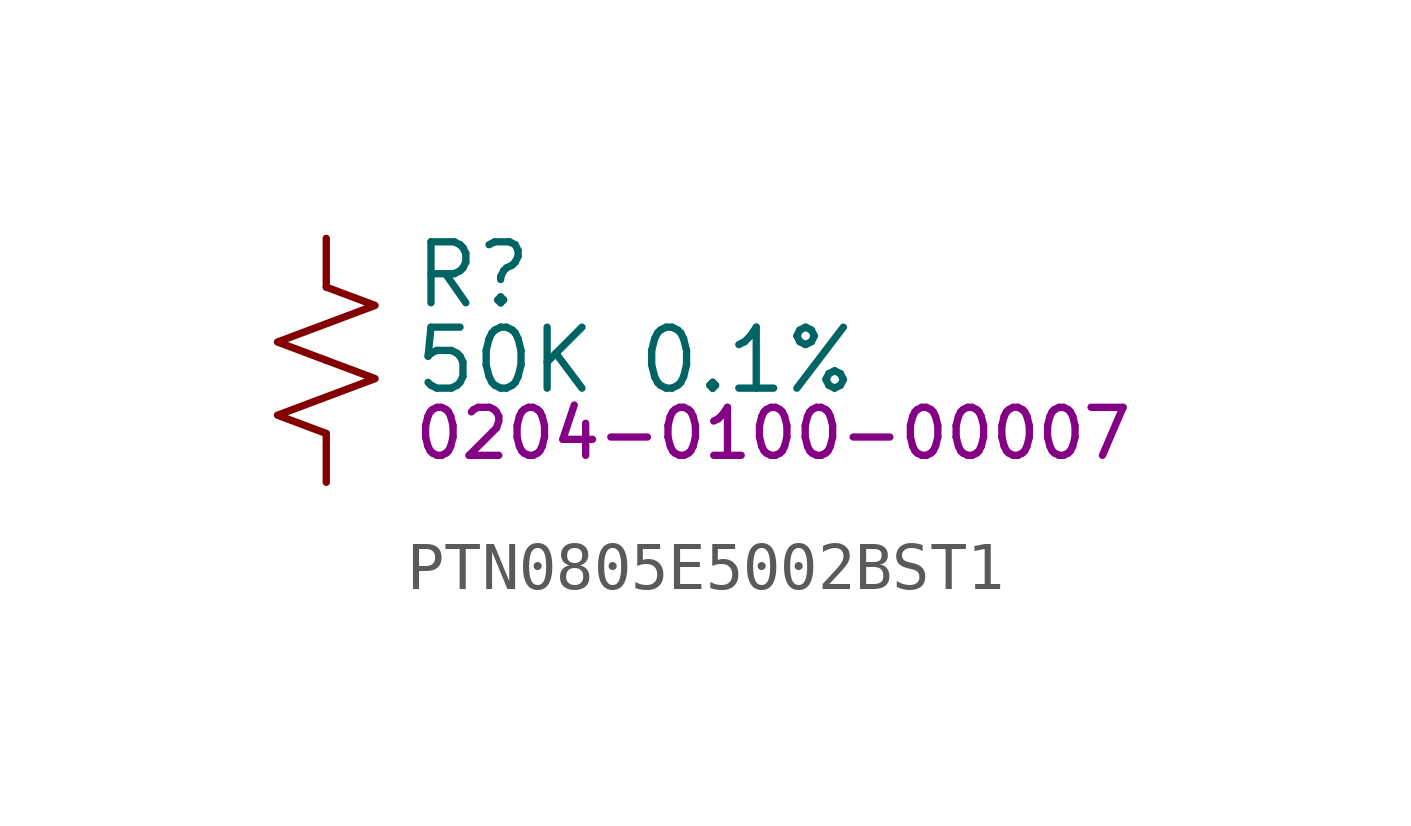
<source format=kicad_sym>
(kicad_symbol_lib
  (version 20231120)
  (generator "kicad_symbol_editor")
  (generator_version "8.0")
  (symbol "PTN0805E5002BST1"
    (pin_numbers hide)
    (pin_names hide)
    (property "Reference" "R"
      (at 1.778 1.778 0)
      (effects (font (size 1.27 1.27)) (justify left)))
    (property "Value" "50K 0.1%"
      (at 1.778 0 0)
      (effects (font (size 1.27 1.27)) (justify left)))
    (property "PartNumber" "0204-0100-00007"
      (at 1.778 -1.524 0)
      (effects (font (size 1 1)) (justify left)))
    (symbol "PTN0805E5002BST1_1_1"
      (polyline (pts (xy 0 0) (xy 1.016 -0.381) (xy 0 -0.762) (xy -1.016 -1.143) (xy 0 -1.524)) (stroke (width 0) (type default)) (fill (type none)))
      (polyline (pts (xy 0 1.524) (xy 1.016 1.143) (xy 0 0.762) (xy -1.016 0.381) (xy 0 0)) (stroke (width 0) (type default)) (fill (type none)))
      (pin passive line (at 0 2.54 270) (length 1.016) (name "~" (effects (font (size 1.27 1.27)))) (number "1" (effects (font (size 1.27 1.27)))))
      (pin passive line (at 0 -2.54 90) (length 1.016) (name "~" (effects (font (size 1.27 1.27)))) (number "2" (effects (font (size 1.27 1.27))))))))
</source>
